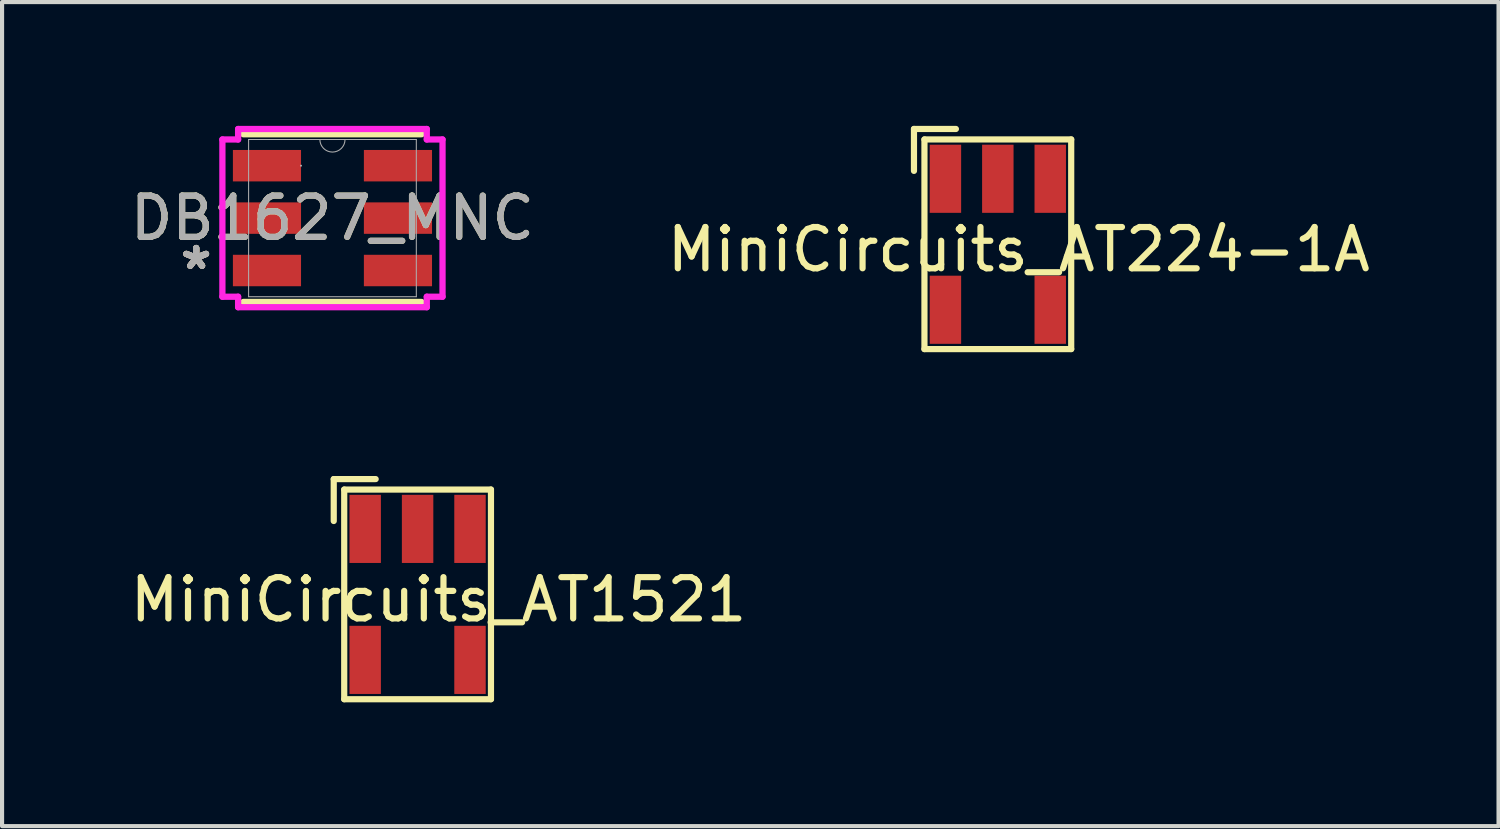
<source format=kicad_pcb>
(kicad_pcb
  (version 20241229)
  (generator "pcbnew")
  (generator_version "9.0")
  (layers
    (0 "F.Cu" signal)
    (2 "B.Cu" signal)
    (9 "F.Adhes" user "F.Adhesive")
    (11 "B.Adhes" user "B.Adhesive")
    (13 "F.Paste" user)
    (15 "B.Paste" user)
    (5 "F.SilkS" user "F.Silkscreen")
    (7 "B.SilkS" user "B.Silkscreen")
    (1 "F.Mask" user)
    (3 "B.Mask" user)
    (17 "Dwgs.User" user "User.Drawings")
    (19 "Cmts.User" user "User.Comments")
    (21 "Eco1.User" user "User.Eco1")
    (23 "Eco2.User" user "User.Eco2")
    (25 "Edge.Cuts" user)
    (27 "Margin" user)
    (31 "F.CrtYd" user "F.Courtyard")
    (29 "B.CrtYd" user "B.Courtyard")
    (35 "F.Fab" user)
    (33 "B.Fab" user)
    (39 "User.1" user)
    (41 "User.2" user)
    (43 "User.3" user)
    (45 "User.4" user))
  (footprint "MiniCircuits_AT1521"
    (layer "F.Cu")
    (at 7.069 11.353)
    (property "Reference" "MiniCircuits_AT1521" (at 0.508 0.127 0) (layer "F.SilkS") (effects (font (size 1 1) (thickness 0.15))))
    (attr through_hole)
    (fp_line (start -2.032 -2.794) (end -1.016 -2.794) (stroke (width 0.15) (type solid)) (layer "F.SilkS"))
    (fp_line (start -2.032 -1.778) (end -2.032 -2.794) (stroke (width 0.15) (type solid)) (layer "F.SilkS"))
    (fp_line (start -1.778 -2.54) (end 1.778 -2.54) (stroke (width 0.15) (type solid)) (layer "F.SilkS"))
    (fp_line (start -1.778 2.54) (end -1.778 -2.54) (stroke (width 0.15) (type solid)) (layer "F.SilkS"))
    (fp_line (start 1.778 -2.54) (end 1.778 2.54) (stroke (width 0.15) (type solid)) (layer "F.SilkS"))
    (fp_line (start 1.778 2.54) (end -1.778 2.54) (stroke (width 0.15) (type solid)) (layer "F.SilkS"))
    (pad "1" smd rect (at -1.27 -1.587) (size 0.762 1.651) (layers "F.Cu" "F.Mask" "F.Paste"))
    (pad "2" smd rect (at 0 -1.587) (size 0.762 1.651) (layers "F.Cu" "F.Mask" "F.Paste"))
    (pad "3" smd rect (at 1.27 -1.587) (size 0.762 1.651) (layers "F.Cu" "F.Mask" "F.Paste"))
    (pad "4" smd rect (at -1.27 1.587) (size 0.762 1.651) (layers "F.Cu" "F.Mask" "F.Paste"))
    (pad "6" smd rect (at 1.27 1.587) (size 0.762 1.651) (layers "F.Cu" "F.Mask" "F.Paste")))
  (footprint "MiniCircuits_AT224-1A"
    (layer "F.Cu")
    (at 21.129 2.869)
    (property "Reference" "MiniCircuits_AT224-1A" (at 0.508 0.127 0) (layer "F.SilkS") (effects (font (size 1 1) (thickness 0.15))))
    (attr through_hole)
    (fp_line (start -2.032 -2.794) (end -1.016 -2.794) (stroke (width 0.15) (type solid)) (layer "F.SilkS"))
    (fp_line (start -2.032 -1.778) (end -2.032 -2.794) (stroke (width 0.15) (type solid)) (layer "F.SilkS"))
    (fp_line (start -1.778 -2.54) (end 1.778 -2.54) (stroke (width 0.15) (type solid)) (layer "F.SilkS"))
    (fp_line (start -1.778 2.54) (end -1.778 -2.54) (stroke (width 0.15) (type solid)) (layer "F.SilkS"))
    (fp_line (start 1.778 -2.54) (end 1.778 2.54) (stroke (width 0.15) (type solid)) (layer "F.SilkS"))
    (fp_line (start 1.778 2.54) (end -1.778 2.54) (stroke (width 0.15) (type solid)) (layer "F.SilkS"))
    (pad "1" smd rect (at -1.27 -1.587) (size 0.762 1.651) (layers "F.Cu" "F.Mask" "F.Paste"))
    (pad "2" smd rect (at 0 -1.587) (size 0.762 1.651) (layers "F.Cu" "F.Mask" "F.Paste"))
    (pad "3" smd rect (at 1.27 -1.587) (size 0.762 1.651) (layers "F.Cu" "F.Mask" "F.Paste"))
    (pad "4" smd rect (at -1.27 1.587) (size 0.762 1.651) (layers "F.Cu" "F.Mask" "F.Paste"))
    (pad "6" smd rect (at 1.27 1.587) (size 0.762 1.651) (layers "F.Cu" "F.Mask" "F.Paste")))
  (footprint "DB1627_MNC"
    (layer "F.Cu")
    (at 5.006 2.235)
    (property "Reference" "DB1627_MNC" (at 0 0 0) (unlocked yes) (layer "F.SilkS") (effects (font (size 1 1) (thickness 0.15))))
    (attr smd)
    (fp_line (start -2.159 2.032) (end 2.159 2.032) (stroke (width 0.152) (type solid)) (layer "F.SilkS"))
    (fp_line (start 2.159 -2.032) (end -2.159 -2.032) (stroke (width 0.152) (type solid)) (layer "F.SilkS"))
    (fp_line (start -2.667 -1.905) (end -2.286 -1.905) (stroke (width 0.152) (type solid)) (layer "F.CrtYd"))
    (fp_line (start -2.667 1.905) (end -2.667 -1.905) (stroke (width 0.152) (type solid)) (layer "F.CrtYd"))
    (fp_line (start -2.667 1.905) (end -2.286 1.905) (stroke (width 0.152) (type solid)) (layer "F.CrtYd"))
    (fp_line (start -2.286 -2.159) (end 2.286 -2.159) (stroke (width 0.152) (type solid)) (layer "F.CrtYd"))
    (fp_line (start -2.286 -1.905) (end -2.286 -2.159) (stroke (width 0.152) (type solid)) (layer "F.CrtYd"))
    (fp_line (start -2.286 2.159) (end -2.286 1.905) (stroke (width 0.152) (type solid)) (layer "F.CrtYd"))
    (fp_line (start 2.286 -2.159) (end 2.286 -1.905) (stroke (width 0.152) (type solid)) (layer "F.CrtYd"))
    (fp_line (start 2.286 1.905) (end 2.286 2.159) (stroke (width 0.152) (type solid)) (layer "F.CrtYd"))
    (fp_line (start 2.286 2.159) (end -2.286 2.159) (stroke (width 0.152) (type solid)) (layer "F.CrtYd"))
    (fp_line (start 2.667 -1.905) (end 2.286 -1.905) (stroke (width 0.152) (type solid)) (layer "F.CrtYd"))
    (fp_line (start 2.667 -1.905) (end 2.667 1.905) (stroke (width 0.152) (type solid)) (layer "F.CrtYd"))
    (fp_line (start 2.667 1.905) (end 2.286 1.905) (stroke (width 0.152) (type solid)) (layer "F.CrtYd"))
    (fp_line (start -2.032 -1.905) (end -2.032 1.905) (stroke (width 0.025) (type solid)) (layer "F.Fab"))
    (fp_line (start -2.032 1.905) (end 2.032 1.905) (stroke (width 0.025) (type solid)) (layer "F.Fab"))
    (fp_line (start 2.032 -1.905) (end -2.032 -1.905) (stroke (width 0.025) (type solid)) (layer "F.Fab"))
    (fp_line (start 2.032 1.905) (end 2.032 -1.905) (stroke (width 0.025) (type solid)) (layer "F.Fab"))
    (fp_arc (start 0.3048 -1.905) (mid 0 -1.6002) (end -0.3048 -1.905) (stroke (width 0.0254) (type solid)) (layer "F.Fab"))
    (fp_circle (center -0.762 -1.27) (end -0.762 -1.27) (stroke (width 0.025) (type solid)) (fill no) (layer "F.Fab"))
    (fp_text user "*" (at -3.302 1.27 0) (layer "F.SilkS") (effects (font (size 1 1) (thickness 0.15))))
    (fp_text user "*" (at -3.302 1.27 0) (unlocked yes) (layer "F.SilkS") (effects (font (size 1 1) (thickness 0.15))))
    (fp_text user "*" (at -3.302 1.27 0) (unlocked yes) (layer "B.SilkS") (effects (font (size 1 1) (thickness 0.15))))
    (fp_text user "*" (at -3.302 1.27 0) (unlocked yes) (layer "F.Fab") (effects (font (size 1 1) (thickness 0.15))))
    (fp_text user "*" (at -3.302 1.27 0) (layer "F.Fab") (effects (font (size 1 1) (thickness 0.15))))
    (fp_text user "${REFERENCE}" (at 0 0 0) (unlocked yes) (layer "F.Fab") (effects (font (size 1 1) (thickness 0.15))))
    (pad "1" smd rect (at -1.587 1.27) (size 1.651 0.762) (layers "F.Cu" "F.Mask" "F.Paste"))
    (pad "2" smd rect (at -1.587 0) (size 1.651 0.762) (layers "F.Cu" "F.Mask" "F.Paste"))
    (pad "3" smd rect (at -1.587 -1.27) (size 1.651 0.762) (layers "F.Cu" "F.Mask" "F.Paste"))
    (pad "4" smd rect (at 1.587 -1.27) (size 1.651 0.762) (layers "F.Cu" "F.Mask" "F.Paste"))
    (pad "5" smd rect (at 1.587 0) (size 1.651 0.762) (layers "F.Cu" "F.Mask" "F.Paste"))
    (pad "6" smd rect (at 1.587 1.27) (size 1.651 0.762) (layers "F.Cu" "F.Mask" "F.Paste")))
  (gr_rect
    (start -3 -3)
    (end 33.262 16.968)
    (stroke (width 0.1) (type default))
    (fill no)
    (layer "Edge.Cuts")))
</source>
